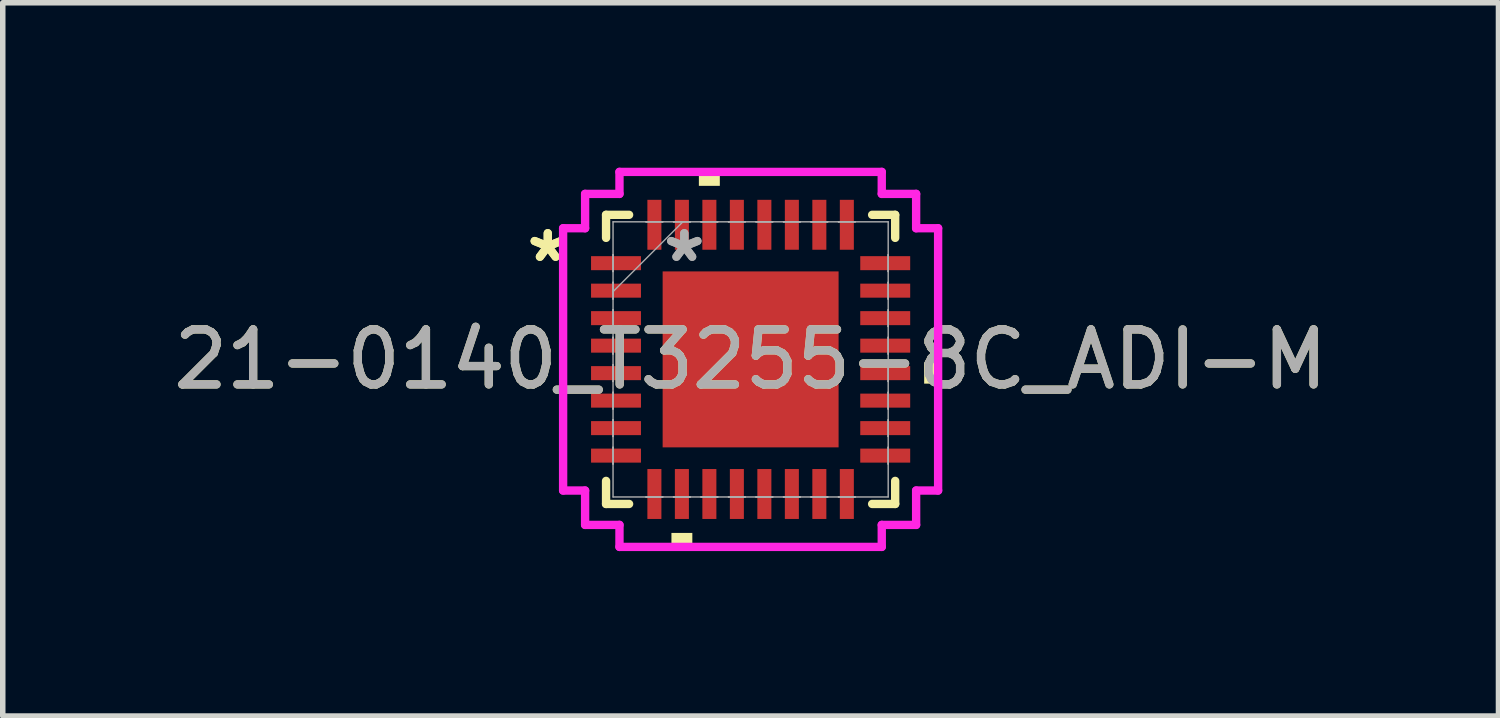
<source format=kicad_pcb>
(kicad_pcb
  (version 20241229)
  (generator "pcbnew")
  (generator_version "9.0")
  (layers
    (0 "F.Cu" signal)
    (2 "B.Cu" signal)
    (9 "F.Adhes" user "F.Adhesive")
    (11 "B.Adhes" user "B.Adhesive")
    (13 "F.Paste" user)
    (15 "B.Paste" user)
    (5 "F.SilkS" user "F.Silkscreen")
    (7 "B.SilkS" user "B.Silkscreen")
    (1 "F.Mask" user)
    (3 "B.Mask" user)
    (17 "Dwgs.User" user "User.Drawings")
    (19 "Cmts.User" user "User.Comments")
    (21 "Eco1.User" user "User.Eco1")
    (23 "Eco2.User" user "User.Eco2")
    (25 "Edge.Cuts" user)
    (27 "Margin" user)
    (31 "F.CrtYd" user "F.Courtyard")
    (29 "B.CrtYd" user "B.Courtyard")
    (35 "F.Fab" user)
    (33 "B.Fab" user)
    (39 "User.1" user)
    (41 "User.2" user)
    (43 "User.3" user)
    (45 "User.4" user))
  (footprint "21-0140_T3255-8C_ADI-M"
    (layer "F.Cu")
    (at 10.601 3.486)
    (property "Reference" "21-0140_T3255-8C_ADI-M" (at 0 0 0) (unlocked yes) (layer "F.SilkS") (effects (font (size 1 1) (thickness 0.15))))
    (attr smd)
    (fp_line (start -2.629 -2.629) (end -2.629 -2.21) (stroke (width 0.152) (type solid)) (layer "F.SilkS"))
    (fp_line (start -2.629 2.21) (end -2.629 2.629) (stroke (width 0.152) (type solid)) (layer "F.SilkS"))
    (fp_line (start -2.629 2.629) (end -2.21 2.629) (stroke (width 0.152) (type solid)) (layer "F.SilkS"))
    (fp_line (start -2.21 -2.629) (end -2.629 -2.629) (stroke (width 0.152) (type solid)) (layer "F.SilkS"))
    (fp_line (start 2.21 2.629) (end 2.629 2.629) (stroke (width 0.152) (type solid)) (layer "F.SilkS"))
    (fp_line (start 2.629 -2.629) (end 2.21 -2.629) (stroke (width 0.152) (type solid)) (layer "F.SilkS"))
    (fp_line (start 2.629 -2.21) (end 2.629 -2.629) (stroke (width 0.152) (type solid)) (layer "F.SilkS"))
    (fp_line (start 2.629 2.629) (end 2.629 2.21) (stroke (width 0.152) (type solid)) (layer "F.SilkS"))
    (fp_poly (pts (xy -1.44 3.156) (xy -1.44 3.41) (xy -1.06 3.41) (xy -1.06 3.156)) (stroke (width 0) (type solid)) (fill yes) (layer "F.SilkS"))
    (fp_poly (pts (xy -0.941 -3.156) (xy -0.941 -3.41) (xy -0.56 -3.41) (xy -0.56 -3.156)) (stroke (width 0) (type solid)) (fill yes) (layer "F.SilkS"))
    (fp_poly (pts (xy 3.41 0.059) (xy 3.41 0.441) (xy 3.156 0.441) (xy 3.156 0.059)) (stroke (width 0) (type solid)) (fill yes) (layer "F.SilkS"))
    (fp_line (start -3.41 -2.385) (end -3.01 -2.385) (stroke (width 0.152) (type solid)) (layer "F.CrtYd"))
    (fp_line (start -3.41 2.385) (end -3.41 -2.385) (stroke (width 0.152) (type solid)) (layer "F.CrtYd"))
    (fp_line (start -3.01 -3.01) (end -2.385 -3.01) (stroke (width 0.152) (type solid)) (layer "F.CrtYd"))
    (fp_line (start -3.01 -2.385) (end -3.01 -3.01) (stroke (width 0.152) (type solid)) (layer "F.CrtYd"))
    (fp_line (start -3.01 2.385) (end -3.41 2.385) (stroke (width 0.152) (type solid)) (layer "F.CrtYd"))
    (fp_line (start -3.01 3.01) (end -3.01 2.385) (stroke (width 0.152) (type solid)) (layer "F.CrtYd"))
    (fp_line (start -2.385 -3.41) (end 2.385 -3.41) (stroke (width 0.152) (type solid)) (layer "F.CrtYd"))
    (fp_line (start -2.385 -3.01) (end -2.385 -3.41) (stroke (width 0.152) (type solid)) (layer "F.CrtYd"))
    (fp_line (start -2.385 3.01) (end -3.01 3.01) (stroke (width 0.152) (type solid)) (layer "F.CrtYd"))
    (fp_line (start -2.385 3.41) (end -2.385 3.01) (stroke (width 0.152) (type solid)) (layer "F.CrtYd"))
    (fp_line (start 2.385 -3.41) (end 2.385 -3.01) (stroke (width 0.152) (type solid)) (layer "F.CrtYd"))
    (fp_line (start 2.385 -3.01) (end 3.01 -3.01) (stroke (width 0.152) (type solid)) (layer "F.CrtYd"))
    (fp_line (start 2.385 3.01) (end 2.385 3.41) (stroke (width 0.152) (type solid)) (layer "F.CrtYd"))
    (fp_line (start 2.385 3.41) (end -2.385 3.41) (stroke (width 0.152) (type solid)) (layer "F.CrtYd"))
    (fp_line (start 3.01 -3.01) (end 3.01 -2.385) (stroke (width 0.152) (type solid)) (layer "F.CrtYd"))
    (fp_line (start 3.01 -2.385) (end 3.41 -2.385) (stroke (width 0.152) (type solid)) (layer "F.CrtYd"))
    (fp_line (start 3.01 2.385) (end 3.01 3.01) (stroke (width 0.152) (type solid)) (layer "F.CrtYd"))
    (fp_line (start 3.01 3.01) (end 2.385 3.01) (stroke (width 0.152) (type solid)) (layer "F.CrtYd"))
    (fp_line (start 3.41 -2.385) (end 3.41 2.385) (stroke (width 0.152) (type solid)) (layer "F.CrtYd"))
    (fp_line (start 3.41 2.385) (end 3.01 2.385) (stroke (width 0.152) (type solid)) (layer "F.CrtYd"))
    (fp_line (start -2.502 -2.502) (end -2.502 2.502) (stroke (width 0.025) (type solid)) (layer "F.Fab"))
    (fp_line (start -2.502 -1.902) (end -2.502 -1.902) (stroke (width 0.025) (type solid)) (layer "F.Fab"))
    (fp_line (start -2.502 -1.902) (end -2.502 -1.598) (stroke (width 0.025) (type solid)) (layer "F.Fab"))
    (fp_line (start -2.502 -1.598) (end -2.502 -1.902) (stroke (width 0.025) (type solid)) (layer "F.Fab"))
    (fp_line (start -2.502 -1.598) (end -2.502 -1.598) (stroke (width 0.025) (type solid)) (layer "F.Fab"))
    (fp_line (start -2.502 -1.402) (end -2.502 -1.402) (stroke (width 0.025) (type solid)) (layer "F.Fab"))
    (fp_line (start -2.502 -1.402) (end -2.502 -1.098) (stroke (width 0.025) (type solid)) (layer "F.Fab"))
    (fp_line (start -2.502 -1.232) (end -1.232 -2.502) (stroke (width 0.025) (type solid)) (layer "F.Fab"))
    (fp_line (start -2.502 -1.098) (end -2.502 -1.402) (stroke (width 0.025) (type solid)) (layer "F.Fab"))
    (fp_line (start -2.502 -1.098) (end -2.502 -1.098) (stroke (width 0.025) (type solid)) (layer "F.Fab"))
    (fp_line (start -2.502 -0.902) (end -2.502 -0.902) (stroke (width 0.025) (type solid)) (layer "F.Fab"))
    (fp_line (start -2.502 -0.902) (end -2.502 -0.598) (stroke (width 0.025) (type solid)) (layer "F.Fab"))
    (fp_line (start -2.502 -0.598) (end -2.502 -0.902) (stroke (width 0.025) (type solid)) (layer "F.Fab"))
    (fp_line (start -2.502 -0.598) (end -2.502 -0.598) (stroke (width 0.025) (type solid)) (layer "F.Fab"))
    (fp_line (start -2.502 -0.402) (end -2.502 -0.402) (stroke (width 0.025) (type solid)) (layer "F.Fab"))
    (fp_line (start -2.502 -0.402) (end -2.502 -0.098) (stroke (width 0.025) (type solid)) (layer "F.Fab"))
    (fp_line (start -2.502 -0.098) (end -2.502 -0.402) (stroke (width 0.025) (type solid)) (layer "F.Fab"))
    (fp_line (start -2.502 -0.098) (end -2.502 -0.098) (stroke (width 0.025) (type solid)) (layer "F.Fab"))
    (fp_line (start -2.502 0.098) (end -2.502 0.098) (stroke (width 0.025) (type solid)) (layer "F.Fab"))
    (fp_line (start -2.502 0.098) (end -2.502 0.402) (stroke (width 0.025) (type solid)) (layer "F.Fab"))
    (fp_line (start -2.502 0.402) (end -2.502 0.098) (stroke (width 0.025) (type solid)) (layer "F.Fab"))
    (fp_line (start -2.502 0.402) (end -2.502 0.402) (stroke (width 0.025) (type solid)) (layer "F.Fab"))
    (fp_line (start -2.502 0.598) (end -2.502 0.598) (stroke (width 0.025) (type solid)) (layer "F.Fab"))
    (fp_line (start -2.502 0.598) (end -2.502 0.902) (stroke (width 0.025) (type solid)) (layer "F.Fab"))
    (fp_line (start -2.502 0.902) (end -2.502 0.598) (stroke (width 0.025) (type solid)) (layer "F.Fab"))
    (fp_line (start -2.502 0.902) (end -2.502 0.902) (stroke (width 0.025) (type solid)) (layer "F.Fab"))
    (fp_line (start -2.502 1.098) (end -2.502 1.098) (stroke (width 0.025) (type solid)) (layer "F.Fab"))
    (fp_line (start -2.502 1.098) (end -2.502 1.402) (stroke (width 0.025) (type solid)) (layer "F.Fab"))
    (fp_line (start -2.502 1.402) (end -2.502 1.098) (stroke (width 0.025) (type solid)) (layer "F.Fab"))
    (fp_line (start -2.502 1.402) (end -2.502 1.402) (stroke (width 0.025) (type solid)) (layer "F.Fab"))
    (fp_line (start -2.502 1.598) (end -2.502 1.598) (stroke (width 0.025) (type solid)) (layer "F.Fab"))
    (fp_line (start -2.502 1.598) (end -2.502 1.902) (stroke (width 0.025) (type solid)) (layer "F.Fab"))
    (fp_line (start -2.502 1.902) (end -2.502 1.598) (stroke (width 0.025) (type solid)) (layer "F.Fab"))
    (fp_line (start -2.502 1.902) (end -2.502 1.902) (stroke (width 0.025) (type solid)) (layer "F.Fab"))
    (fp_line (start -2.502 2.502) (end 2.502 2.502) (stroke (width 0.025) (type solid)) (layer "F.Fab"))
    (fp_line (start -1.902 -2.502) (end -1.902 -2.502) (stroke (width 0.025) (type solid)) (layer "F.Fab"))
    (fp_line (start -1.902 -2.502) (end -1.598 -2.502) (stroke (width 0.025) (type solid)) (layer "F.Fab"))
    (fp_line (start -1.902 2.502) (end -1.902 2.502) (stroke (width 0.025) (type solid)) (layer "F.Fab"))
    (fp_line (start -1.902 2.502) (end -1.598 2.502) (stroke (width 0.025) (type solid)) (layer "F.Fab"))
    (fp_line (start -1.598 -2.502) (end -1.902 -2.502) (stroke (width 0.025) (type solid)) (layer "F.Fab"))
    (fp_line (start -1.598 -2.502) (end -1.598 -2.502) (stroke (width 0.025) (type solid)) (layer "F.Fab"))
    (fp_line (start -1.598 2.502) (end -1.902 2.502) (stroke (width 0.025) (type solid)) (layer "F.Fab"))
    (fp_line (start -1.598 2.502) (end -1.598 2.502) (stroke (width 0.025) (type solid)) (layer "F.Fab"))
    (fp_line (start -1.402 -2.502) (end -1.402 -2.502) (stroke (width 0.025) (type solid)) (layer "F.Fab"))
    (fp_line (start -1.402 -2.502) (end -1.098 -2.502) (stroke (width 0.025) (type solid)) (layer "F.Fab"))
    (fp_line (start -1.402 2.502) (end -1.402 2.502) (stroke (width 0.025) (type solid)) (layer "F.Fab"))
    (fp_line (start -1.402 2.502) (end -1.098 2.502) (stroke (width 0.025) (type solid)) (layer "F.Fab"))
    (fp_line (start -1.098 -2.502) (end -1.402 -2.502) (stroke (width 0.025) (type solid)) (layer "F.Fab"))
    (fp_line (start -1.098 -2.502) (end -1.098 -2.502) (stroke (width 0.025) (type solid)) (layer "F.Fab"))
    (fp_line (start -1.098 2.502) (end -1.402 2.502) (stroke (width 0.025) (type solid)) (layer "F.Fab"))
    (fp_line (start -1.098 2.502) (end -1.098 2.502) (stroke (width 0.025) (type solid)) (layer "F.Fab"))
    (fp_line (start -0.902 -2.502) (end -0.902 -2.502) (stroke (width 0.025) (type solid)) (layer "F.Fab"))
    (fp_line (start -0.902 -2.502) (end -0.598 -2.502) (stroke (width 0.025) (type solid)) (layer "F.Fab"))
    (fp_line (start -0.902 2.502) (end -0.902 2.502) (stroke (width 0.025) (type solid)) (layer "F.Fab"))
    (fp_line (start -0.902 2.502) (end -0.598 2.502) (stroke (width 0.025) (type solid)) (layer "F.Fab"))
    (fp_line (start -0.598 -2.502) (end -0.902 -2.502) (stroke (width 0.025) (type solid)) (layer "F.Fab"))
    (fp_line (start -0.598 -2.502) (end -0.598 -2.502) (stroke (width 0.025) (type solid)) (layer "F.Fab"))
    (fp_line (start -0.598 2.502) (end -0.902 2.502) (stroke (width 0.025) (type solid)) (layer "F.Fab"))
    (fp_line (start -0.598 2.502) (end -0.598 2.502) (stroke (width 0.025) (type solid)) (layer "F.Fab"))
    (fp_line (start -0.402 -2.502) (end -0.402 -2.502) (stroke (width 0.025) (type solid)) (layer "F.Fab"))
    (fp_line (start -0.402 -2.502) (end -0.098 -2.502) (stroke (width 0.025) (type solid)) (layer "F.Fab"))
    (fp_line (start -0.402 2.502) (end -0.402 2.502) (stroke (width 0.025) (type solid)) (layer "F.Fab"))
    (fp_line (start -0.402 2.502) (end -0.098 2.502) (stroke (width 0.025) (type solid)) (layer "F.Fab"))
    (fp_line (start -0.098 -2.502) (end -0.402 -2.502) (stroke (width 0.025) (type solid)) (layer "F.Fab"))
    (fp_line (start -0.098 -2.502) (end -0.098 -2.502) (stroke (width 0.025) (type solid)) (layer "F.Fab"))
    (fp_line (start -0.098 2.502) (end -0.402 2.502) (stroke (width 0.025) (type solid)) (layer "F.Fab"))
    (fp_line (start -0.098 2.502) (end -0.098 2.502) (stroke (width 0.025) (type solid)) (layer "F.Fab"))
    (fp_line (start 0.098 -2.502) (end 0.098 -2.502) (stroke (width 0.025) (type solid)) (layer "F.Fab"))
    (fp_line (start 0.098 -2.502) (end 0.402 -2.502) (stroke (width 0.025) (type solid)) (layer "F.Fab"))
    (fp_line (start 0.098 2.502) (end 0.098 2.502) (stroke (width 0.025) (type solid)) (layer "F.Fab"))
    (fp_line (start 0.098 2.502) (end 0.402 2.502) (stroke (width 0.025) (type solid)) (layer "F.Fab"))
    (fp_line (start 0.402 -2.502) (end 0.098 -2.502) (stroke (width 0.025) (type solid)) (layer "F.Fab"))
    (fp_line (start 0.402 -2.502) (end 0.402 -2.502) (stroke (width 0.025) (type solid)) (layer "F.Fab"))
    (fp_line (start 0.402 2.502) (end 0.098 2.502) (stroke (width 0.025) (type solid)) (layer "F.Fab"))
    (fp_line (start 0.402 2.502) (end 0.402 2.502) (stroke (width 0.025) (type solid)) (layer "F.Fab"))
    (fp_line (start 0.598 -2.502) (end 0.598 -2.502) (stroke (width 0.025) (type solid)) (layer "F.Fab"))
    (fp_line (start 0.598 -2.502) (end 0.902 -2.502) (stroke (width 0.025) (type solid)) (layer "F.Fab"))
    (fp_line (start 0.598 2.502) (end 0.598 2.502) (stroke (width 0.025) (type solid)) (layer "F.Fab"))
    (fp_line (start 0.598 2.502) (end 0.902 2.502) (stroke (width 0.025) (type solid)) (layer "F.Fab"))
    (fp_line (start 0.902 -2.502) (end 0.598 -2.502) (stroke (width 0.025) (type solid)) (layer "F.Fab"))
    (fp_line (start 0.902 -2.502) (end 0.902 -2.502) (stroke (width 0.025) (type solid)) (layer "F.Fab"))
    (fp_line (start 0.902 2.502) (end 0.598 2.502) (stroke (width 0.025) (type solid)) (layer "F.Fab"))
    (fp_line (start 0.902 2.502) (end 0.902 2.502) (stroke (width 0.025) (type solid)) (layer "F.Fab"))
    (fp_line (start 1.098 -2.502) (end 1.098 -2.502) (stroke (width 0.025) (type solid)) (layer "F.Fab"))
    (fp_line (start 1.098 -2.502) (end 1.402 -2.502) (stroke (width 0.025) (type solid)) (layer "F.Fab"))
    (fp_line (start 1.098 2.502) (end 1.098 2.502) (stroke (width 0.025) (type solid)) (layer "F.Fab"))
    (fp_line (start 1.098 2.502) (end 1.402 2.502) (stroke (width 0.025) (type solid)) (layer "F.Fab"))
    (fp_line (start 1.402 -2.502) (end 1.098 -2.502) (stroke (width 0.025) (type solid)) (layer "F.Fab"))
    (fp_line (start 1.402 -2.502) (end 1.402 -2.502) (stroke (width 0.025) (type solid)) (layer "F.Fab"))
    (fp_line (start 1.402 2.502) (end 1.098 2.502) (stroke (width 0.025) (type solid)) (layer "F.Fab"))
    (fp_line (start 1.402 2.502) (end 1.402 2.502) (stroke (width 0.025) (type solid)) (layer "F.Fab"))
    (fp_line (start 1.598 -2.502) (end 1.598 -2.502) (stroke (width 0.025) (type solid)) (layer "F.Fab"))
    (fp_line (start 1.598 -2.502) (end 1.902 -2.502) (stroke (width 0.025) (type solid)) (layer "F.Fab"))
    (fp_line (start 1.598 2.502) (end 1.598 2.502) (stroke (width 0.025) (type solid)) (layer "F.Fab"))
    (fp_line (start 1.598 2.502) (end 1.902 2.502) (stroke (width 0.025) (type solid)) (layer "F.Fab"))
    (fp_line (start 1.902 -2.502) (end 1.598 -2.502) (stroke (width 0.025) (type solid)) (layer "F.Fab"))
    (fp_line (start 1.902 -2.502) (end 1.902 -2.502) (stroke (width 0.025) (type solid)) (layer "F.Fab"))
    (fp_line (start 1.902 2.502) (end 1.598 2.502) (stroke (width 0.025) (type solid)) (layer "F.Fab"))
    (fp_line (start 1.902 2.502) (end 1.902 2.502) (stroke (width 0.025) (type solid)) (layer "F.Fab"))
    (fp_line (start 2.502 -2.502) (end -2.502 -2.502) (stroke (width 0.025) (type solid)) (layer "F.Fab"))
    (fp_line (start 2.502 -1.902) (end 2.502 -1.902) (stroke (width 0.025) (type solid)) (layer "F.Fab"))
    (fp_line (start 2.502 -1.902) (end 2.502 -1.598) (stroke (width 0.025) (type solid)) (layer "F.Fab"))
    (fp_line (start 2.502 -1.598) (end 2.502 -1.902) (stroke (width 0.025) (type solid)) (layer "F.Fab"))
    (fp_line (start 2.502 -1.598) (end 2.502 -1.598) (stroke (width 0.025) (type solid)) (layer "F.Fab"))
    (fp_line (start 2.502 -1.402) (end 2.502 -1.402) (stroke (width 0.025) (type solid)) (layer "F.Fab"))
    (fp_line (start 2.502 -1.402) (end 2.502 -1.098) (stroke (width 0.025) (type solid)) (layer "F.Fab"))
    (fp_line (start 2.502 -1.098) (end 2.502 -1.402) (stroke (width 0.025) (type solid)) (layer "F.Fab"))
    (fp_line (start 2.502 -1.098) (end 2.502 -1.098) (stroke (width 0.025) (type solid)) (layer "F.Fab"))
    (fp_line (start 2.502 -0.902) (end 2.502 -0.902) (stroke (width 0.025) (type solid)) (layer "F.Fab"))
    (fp_line (start 2.502 -0.902) (end 2.502 -0.598) (stroke (width 0.025) (type solid)) (layer "F.Fab"))
    (fp_line (start 2.502 -0.598) (end 2.502 -0.902) (stroke (width 0.025) (type solid)) (layer "F.Fab"))
    (fp_line (start 2.502 -0.598) (end 2.502 -0.598) (stroke (width 0.025) (type solid)) (layer "F.Fab"))
    (fp_line (start 2.502 -0.402) (end 2.502 -0.402) (stroke (width 0.025) (type solid)) (layer "F.Fab"))
    (fp_line (start 2.502 -0.402) (end 2.502 -0.098) (stroke (width 0.025) (type solid)) (layer "F.Fab"))
    (fp_line (start 2.502 -0.098) (end 2.502 -0.402) (stroke (width 0.025) (type solid)) (layer "F.Fab"))
    (fp_line (start 2.502 -0.098) (end 2.502 -0.098) (stroke (width 0.025) (type solid)) (layer "F.Fab"))
    (fp_line (start 2.502 0.098) (end 2.502 0.098) (stroke (width 0.025) (type solid)) (layer "F.Fab"))
    (fp_line (start 2.502 0.098) (end 2.502 0.402) (stroke (width 0.025) (type solid)) (layer "F.Fab"))
    (fp_line (start 2.502 0.402) (end 2.502 0.098) (stroke (width 0.025) (type solid)) (layer "F.Fab"))
    (fp_line (start 2.502 0.402) (end 2.502 0.402) (stroke (width 0.025) (type solid)) (layer "F.Fab"))
    (fp_line (start 2.502 0.598) (end 2.502 0.598) (stroke (width 0.025) (type solid)) (layer "F.Fab"))
    (fp_line (start 2.502 0.598) (end 2.502 0.902) (stroke (width 0.025) (type solid)) (layer "F.Fab"))
    (fp_line (start 2.502 0.902) (end 2.502 0.598) (stroke (width 0.025) (type solid)) (layer "F.Fab"))
    (fp_line (start 2.502 0.902) (end 2.502 0.902) (stroke (width 0.025) (type solid)) (layer "F.Fab"))
    (fp_line (start 2.502 1.098) (end 2.502 1.098) (stroke (width 0.025) (type solid)) (layer "F.Fab"))
    (fp_line (start 2.502 1.098) (end 2.502 1.402) (stroke (width 0.025) (type solid)) (layer "F.Fab"))
    (fp_line (start 2.502 1.402) (end 2.502 1.098) (stroke (width 0.025) (type solid)) (layer "F.Fab"))
    (fp_line (start 2.502 1.402) (end 2.502 1.402) (stroke (width 0.025) (type solid)) (layer "F.Fab"))
    (fp_line (start 2.502 1.598) (end 2.502 1.598) (stroke (width 0.025) (type solid)) (layer "F.Fab"))
    (fp_line (start 2.502 1.598) (end 2.502 1.902) (stroke (width 0.025) (type solid)) (layer "F.Fab"))
    (fp_line (start 2.502 1.902) (end 2.502 1.598) (stroke (width 0.025) (type solid)) (layer "F.Fab"))
    (fp_line (start 2.502 1.902) (end 2.502 1.902) (stroke (width 0.025) (type solid)) (layer "F.Fab"))
    (fp_line (start 2.502 2.502) (end 2.502 -2.502) (stroke (width 0.025) (type solid)) (layer "F.Fab"))
    (fp_text user "*" (at -3.689 -1.75 0) (unlocked yes) (layer "F.SilkS") (effects (font (size 1 1) (thickness 0.15))))
    (fp_text user "*" (at -3.689 -1.75 0) (layer "F.SilkS") (effects (font (size 1 1) (thickness 0.15))))
    (fp_text user "*" (at -1.206 -1.75 0) (unlocked yes) (layer "F.Fab") (effects (font (size 1 1) (thickness 0.15))))
    (fp_text user "${REFERENCE}" (at 0 0 0) (unlocked yes) (layer "F.Fab") (effects (font (size 1 1) (thickness 0.15))))
    (fp_text user "*" (at -1.206 -1.75 0) (layer "F.Fab") (effects (font (size 1 1) (thickness 0.15))))
    (pad "1" smd rect (at -2.448 -1.75 90) (size 0.255 0.908) (layers "F.Cu" "F.Mask" "F.Paste"))
    (pad "2" smd rect (at -2.448 -1.25 90) (size 0.255 0.908) (layers "F.Cu" "F.Mask" "F.Paste"))
    (pad "3" smd rect (at -2.448 -0.75 90) (size 0.255 0.908) (layers "F.Cu" "F.Mask" "F.Paste"))
    (pad "4" smd rect (at -2.448 -0.25 90) (size 0.255 0.908) (layers "F.Cu" "F.Mask" "F.Paste"))
    (pad "5" smd rect (at -2.448 0.25 90) (size 0.255 0.908) (layers "F.Cu" "F.Mask" "F.Paste"))
    (pad "6" smd rect (at -2.448 0.75 90) (size 0.255 0.908) (layers "F.Cu" "F.Mask" "F.Paste"))
    (pad "7" smd rect (at -2.448 1.25 90) (size 0.255 0.908) (layers "F.Cu" "F.Mask" "F.Paste"))
    (pad "8" smd rect (at -2.448 1.75 90) (size 0.255 0.908) (layers "F.Cu" "F.Mask" "F.Paste"))
    (pad "9" smd rect (at -1.75 2.448) (size 0.255 0.908) (layers "F.Cu" "F.Mask" "F.Paste"))
    (pad "10" smd rect (at -1.25 2.448) (size 0.255 0.908) (layers "F.Cu" "F.Mask" "F.Paste"))
    (pad "11" smd rect (at -0.75 2.448) (size 0.255 0.908) (layers "F.Cu" "F.Mask" "F.Paste"))
    (pad "12" smd rect (at -0.25 2.448) (size 0.255 0.908) (layers "F.Cu" "F.Mask" "F.Paste"))
    (pad "13" smd rect (at 0.25 2.448) (size 0.255 0.908) (layers "F.Cu" "F.Mask" "F.Paste"))
    (pad "14" smd rect (at 0.75 2.448) (size 0.255 0.908) (layers "F.Cu" "F.Mask" "F.Paste"))
    (pad "15" smd rect (at 1.25 2.448) (size 0.255 0.908) (layers "F.Cu" "F.Mask" "F.Paste"))
    (pad "16" smd rect (at 1.75 2.448) (size 0.255 0.908) (layers "F.Cu" "F.Mask" "F.Paste"))
    (pad "17" smd rect (at 2.448 1.75 90) (size 0.255 0.908) (layers "F.Cu" "F.Mask" "F.Paste"))
    (pad "18" smd rect (at 2.448 1.25 90) (size 0.255 0.908) (layers "F.Cu" "F.Mask" "F.Paste"))
    (pad "19" smd rect (at 2.448 0.75 90) (size 0.255 0.908) (layers "F.Cu" "F.Mask" "F.Paste"))
    (pad "20" smd rect (at 2.448 0.25 90) (size 0.255 0.908) (layers "F.Cu" "F.Mask" "F.Paste"))
    (pad "21" smd rect (at 2.448 -0.25 90) (size 0.255 0.908) (layers "F.Cu" "F.Mask" "F.Paste"))
    (pad "22" smd rect (at 2.448 -0.75 90) (size 0.255 0.908) (layers "F.Cu" "F.Mask" "F.Paste"))
    (pad "23" smd rect (at 2.448 -1.25 90) (size 0.255 0.908) (layers "F.Cu" "F.Mask" "F.Paste"))
    (pad "24" smd rect (at 2.448 -1.75 90) (size 0.255 0.908) (layers "F.Cu" "F.Mask" "F.Paste"))
    (pad "25" smd rect (at 1.75 -2.448) (size 0.255 0.908) (layers "F.Cu" "F.Mask" "F.Paste"))
    (pad "26" smd rect (at 1.25 -2.448) (size 0.255 0.908) (layers "F.Cu" "F.Mask" "F.Paste"))
    (pad "27" smd rect (at 0.75 -2.448) (size 0.255 0.908) (layers "F.Cu" "F.Mask" "F.Paste"))
    (pad "28" smd rect (at 0.25 -2.448) (size 0.255 0.908) (layers "F.Cu" "F.Mask" "F.Paste"))
    (pad "29" smd rect (at -0.25 -2.448) (size 0.255 0.908) (layers "F.Cu" "F.Mask" "F.Paste"))
    (pad "30" smd rect (at -0.75 -2.448) (size 0.255 0.908) (layers "F.Cu" "F.Mask" "F.Paste"))
    (pad "31" smd rect (at -1.25 -2.448) (size 0.255 0.908) (layers "F.Cu" "F.Mask" "F.Paste"))
    (pad "32" smd rect (at -1.75 -2.448) (size 0.255 0.908) (layers "F.Cu" "F.Mask" "F.Paste"))
    (pad "33" smd rect (at 0 0) (size 3.2 3.2) (layers "F.Cu" "F.Mask" "F.Paste")))
  (gr_rect
    (start -3 -3)
    (end 24.202 9.972)
    (stroke (width 0.1) (type default))
    (fill no)
    (layer "Edge.Cuts")))
</source>
